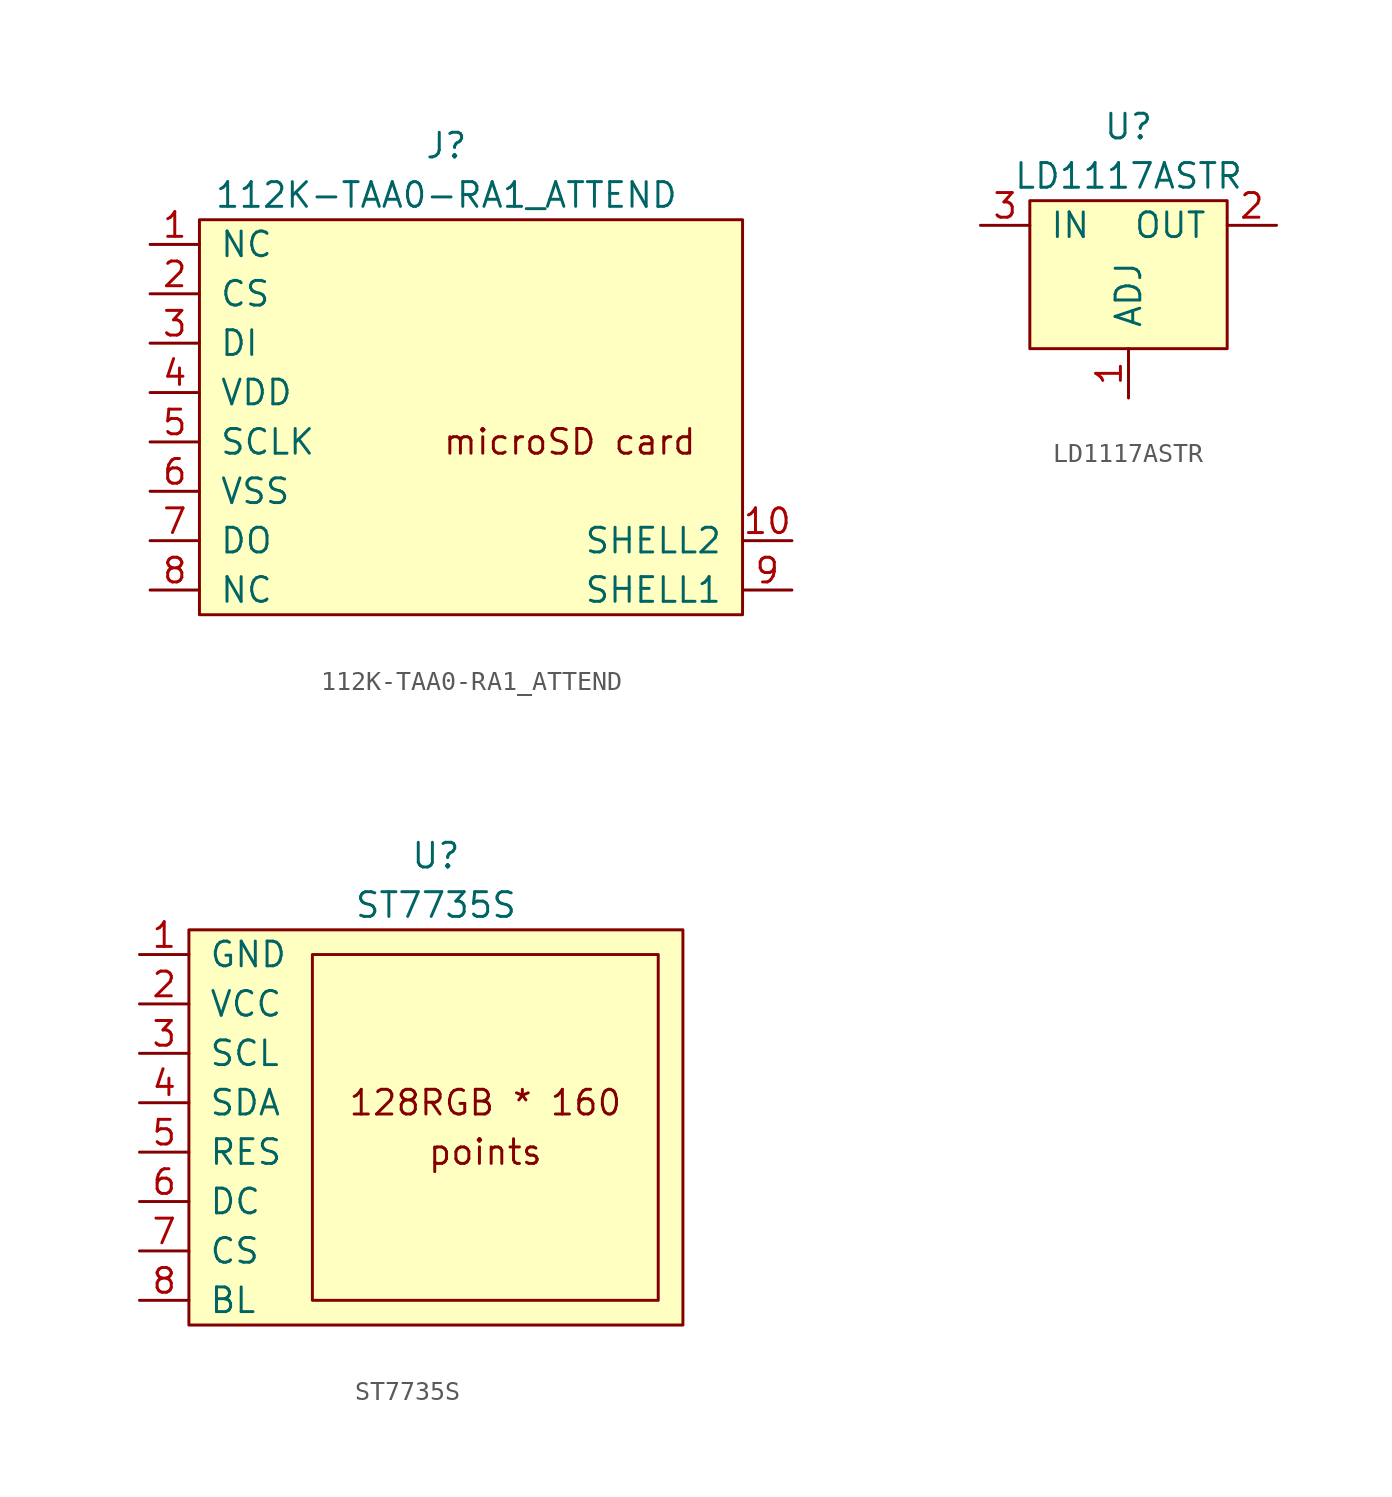
<source format=kicad_sym>
(kicad_symbol_lib
  (version 20210619)
  (generator kicad_symbol_editor)
  (symbol "DataAcquisitionUnit:112K-TAA0-RA1_ATTEND"
    (pin_names
      (offset 1.016))
    (property "Reference" "J"
      (at 0 3.81 0)
      (effects (font (size 1.27 1.27))))
    (property "Value" "112K-TAA0-RA1_ATTEND"
      (at 0 1.27 0)
      (effects (font (size 1.27 1.27))))
    (symbol "112K-TAA0-RA1_ATTEND_0_0"
      (text "microSD card" (at 6.35 -11.43 0) (effects (font (size 1.27 1.27))))
      (rectangle (start -12.7 -20.32) (end 15.24 0) (stroke (width 0)) (fill (type background))))
    (symbol "112K-TAA0-RA1_ATTEND_1_1"
      (pin input line (at -15.24 -1.27 0) (length 2.54) (name "NC" (effects (font (size 1.27 1.27)))) (number "1" (effects (font (size 1.27 1.27)))))
      (pin input line (at 17.78 -16.51 180) (length 2.54) (name "SHELL2" (effects (font (size 1.27 1.27)))) (number "10" (effects (font (size 1.27 1.27)))))
      (pin input line (at -15.24 -3.81 0) (length 2.54) (name "CS" (effects (font (size 1.27 1.27)))) (number "2" (effects (font (size 1.27 1.27)))))
      (pin bidirectional line (at -15.24 -6.35 0) (length 2.54) (name "DI" (effects (font (size 1.27 1.27)))) (number "3" (effects (font (size 1.27 1.27)))))
      (pin power_in line (at -15.24 -8.89 0) (length 2.54) (name "VDD" (effects (font (size 1.27 1.27)))) (number "4" (effects (font (size 1.27 1.27)))))
      (pin input line (at -15.24 -11.43 0) (length 2.54) (name "SCLK" (effects (font (size 1.27 1.27)))) (number "5" (effects (font (size 1.27 1.27)))))
      (pin power_in line (at -15.24 -13.97 0) (length 2.54) (name "VSS" (effects (font (size 1.27 1.27)))) (number "6" (effects (font (size 1.27 1.27)))))
      (pin input line (at -15.24 -16.51 0) (length 2.54) (name "DO" (effects (font (size 1.27 1.27)))) (number "7" (effects (font (size 1.27 1.27)))))
      (pin input line (at -15.24 -19.05 0) (length 2.54) (name "NC" (effects (font (size 1.27 1.27)))) (number "8" (effects (font (size 1.27 1.27)))))
      (pin input line (at 17.78 -19.05 180) (length 2.54) (name "SHELL1" (effects (font (size 1.27 1.27)))) (number "9" (effects (font (size 1.27 1.27)))))))
  (symbol "DataAcquisitionUnit:LD1117ASTR"
    (pin_names
      (offset 1.016))
    (property "Reference" "U"
      (at 0 3.81 0)
      (effects (font (size 1.27 1.27))))
    (property "Value" "LD1117ASTR"
      (at 0 1.27 0)
      (effects (font (size 1.27 1.27))))
    (symbol "LD1117ASTR_0_1"
      (rectangle (start -5.08 0) (end 5.08 -7.62) (stroke (width 0)) (fill (type background))))
    (symbol "LD1117ASTR_1_1"
      (pin power_out line (at 0 -10.16 90) (length 2.54) (name "ADJ" (effects (font (size 1.27 1.27)))) (number "1" (effects (font (size 1.27 1.27)))))
      (pin power_out line (at 7.62 -1.27 180) (length 2.54) (name "OUT" (effects (font (size 1.27 1.27)))) (number "2" (effects (font (size 1.27 1.27)))))
      (pin power_in line (at -7.62 -1.27 0) (length 2.54) (name "IN" (effects (font (size 1.27 1.27)))) (number "3" (effects (font (size 1.27 1.27)))))
      (pin no_connect line (at -7.62 -5.08 0) (length 2.54) hide (name "NC" (effects (font (size 1.27 1.27)))) (number "4" (effects (font (size 1.27 1.27)))))))
  (symbol "DataAcquisitionUnit:ST7735S"
    (pin_names
      (offset 1.016))
    (property "Reference" "U"
      (at 12.7 3.81 0)
      (effects (font (size 1.27 1.27))))
    (property "Value" "ST7735S"
      (at 12.7 1.27 0)
      (effects (font (size 1.27 1.27))))
    (symbol "ST7735S_0_0"
      (text "128RGB * 160" (at 15.24 -8.89 0) (effects (font (size 1.27 1.27))))
      (text "points" (at 15.24 -11.43 0) (effects (font (size 1.27 1.27)))))
    (symbol "ST7735S_0_1"
      (rectangle (start 6.35 -1.27) (end 24.13 -19.05) (stroke (width 0)) (fill (type none)))
      (rectangle (start 0 0) (end 25.4 -20.32) (stroke (width 0)) (fill (type background))))
    (symbol "ST7735S_1_1"
      (pin input line (at -2.54 -1.27 0) (length 2.54) (name "GND" (effects (font (size 1.27 1.27)))) (number "1" (effects (font (size 1.27 1.27)))))
      (pin power_in line (at -2.54 -3.81 0) (length 2.54) (name "VCC" (effects (font (size 1.27 1.27)))) (number "2" (effects (font (size 1.27 1.27)))))
      (pin input line (at -2.54 -6.35 0) (length 2.54) (name "SCL" (effects (font (size 1.27 1.27)))) (number "3" (effects (font (size 1.27 1.27)))))
      (pin input line (at -2.54 -8.89 0) (length 2.54) (name "SDA" (effects (font (size 1.27 1.27)))) (number "4" (effects (font (size 1.27 1.27)))))
      (pin input line (at -2.54 -11.43 0) (length 2.54) (name "RES" (effects (font (size 1.27 1.27)))) (number "5" (effects (font (size 1.27 1.27)))))
      (pin input line (at -2.54 -13.97 0) (length 2.54) (name "DC" (effects (font (size 1.27 1.27)))) (number "6" (effects (font (size 1.27 1.27)))))
      (pin input line (at -2.54 -16.51 0) (length 2.54) (name "CS" (effects (font (size 1.27 1.27)))) (number "7" (effects (font (size 1.27 1.27)))))
      (pin input line (at -2.54 -19.05 0) (length 2.54) (name "BL" (effects (font (size 1.27 1.27)))) (number "8" (effects (font (size 1.27 1.27))))))))
</source>
